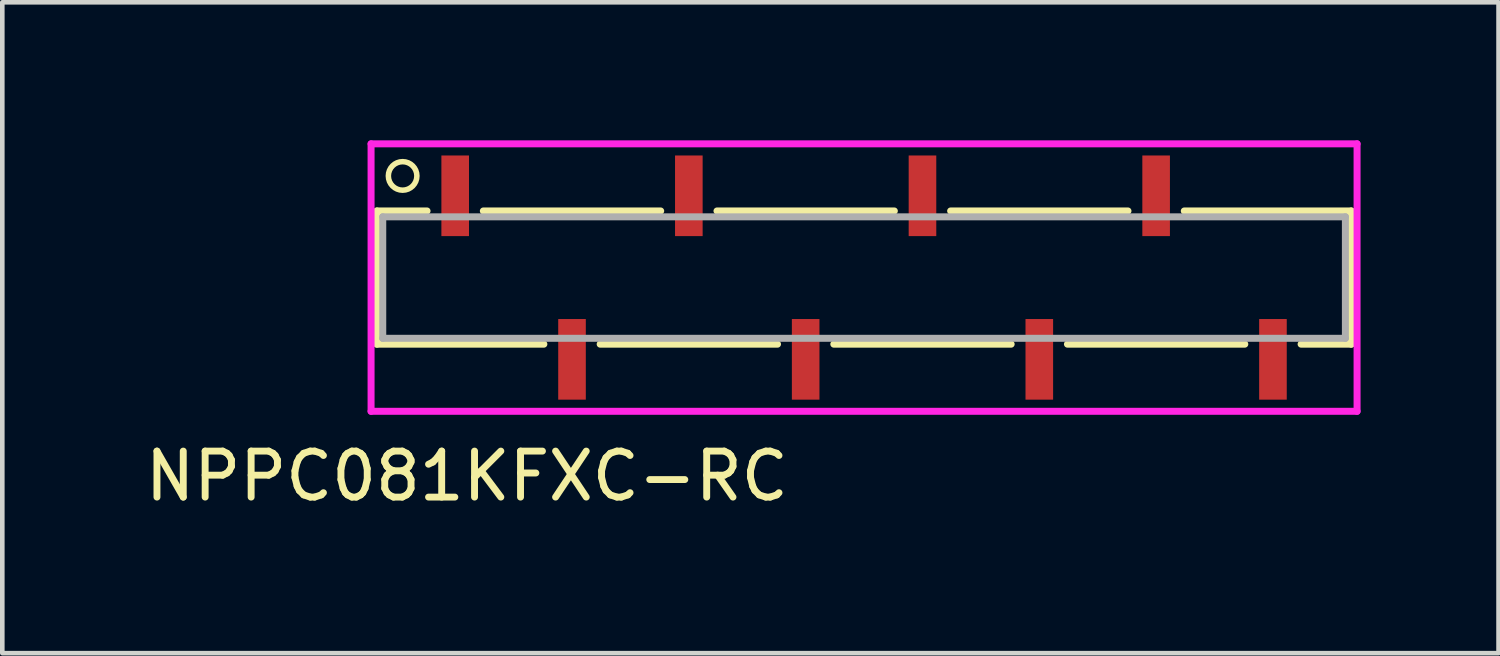
<source format=kicad_pcb>
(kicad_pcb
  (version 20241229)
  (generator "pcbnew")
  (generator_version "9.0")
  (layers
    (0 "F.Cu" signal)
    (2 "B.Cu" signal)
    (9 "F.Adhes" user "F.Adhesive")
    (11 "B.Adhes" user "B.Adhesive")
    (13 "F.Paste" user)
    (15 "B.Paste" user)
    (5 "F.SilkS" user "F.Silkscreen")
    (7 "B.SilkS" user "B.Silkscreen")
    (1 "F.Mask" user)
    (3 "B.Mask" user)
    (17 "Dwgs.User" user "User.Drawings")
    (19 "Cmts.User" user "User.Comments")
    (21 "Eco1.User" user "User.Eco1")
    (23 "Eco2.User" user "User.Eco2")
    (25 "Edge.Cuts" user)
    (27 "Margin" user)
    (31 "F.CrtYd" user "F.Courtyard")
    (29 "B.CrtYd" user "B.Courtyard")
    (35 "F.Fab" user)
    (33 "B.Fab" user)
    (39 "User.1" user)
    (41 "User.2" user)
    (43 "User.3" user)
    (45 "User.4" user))
  (footprint "NPPC081KFXC-RC"
    (layer "F.Cu")
    (at 15.737 2.985)
    (property "Reference" "NPPC081KFXC-RC" (at -8.636 4.318 0) (layer "F.SilkS") (effects (font (size 1 1) (thickness 0.15))))
    (attr smd)
    (fp_line (start -10.592 -1.448) (end -10.592 1.448) (stroke (width 0.152) (type solid)) (layer "F.SilkS"))
    (fp_line (start -10.592 1.448) (end -6.962 1.448) (stroke (width 0.152) (type solid)) (layer "F.SilkS"))
    (fp_line (start -9.502 -1.448) (end -10.592 -1.448) (stroke (width 0.152) (type solid)) (layer "F.SilkS"))
    (fp_line (start -5.738 1.448) (end -1.882 1.448) (stroke (width 0.152) (type solid)) (layer "F.SilkS"))
    (fp_line (start -4.422 -1.448) (end -8.278 -1.448) (stroke (width 0.152) (type solid)) (layer "F.SilkS"))
    (fp_line (start -0.658 1.448) (end 3.198 1.448) (stroke (width 0.152) (type solid)) (layer "F.SilkS"))
    (fp_line (start 0.658 -1.448) (end -3.198 -1.448) (stroke (width 0.152) (type solid)) (layer "F.SilkS"))
    (fp_line (start 4.422 1.448) (end 8.278 1.448) (stroke (width 0.152) (type solid)) (layer "F.SilkS"))
    (fp_line (start 5.738 -1.448) (end 1.882 -1.448) (stroke (width 0.152) (type solid)) (layer "F.SilkS"))
    (fp_line (start 9.502 1.448) (end 10.592 1.448) (stroke (width 0.152) (type solid)) (layer "F.SilkS"))
    (fp_line (start 10.592 -1.448) (end 6.962 -1.448) (stroke (width 0.152) (type solid)) (layer "F.SilkS"))
    (fp_line (start 10.592 1.448) (end 10.592 -1.448) (stroke (width 0.152) (type solid)) (layer "F.SilkS"))
    (fp_circle (center -10.033 -2.21) (end -9.779 -2.032) (stroke (width 0.12) (type solid)) (fill no) (layer "F.SilkS"))
    (fp_line (start -10.719 -2.908) (end -10.719 2.908) (stroke (width 0.152) (type solid)) (layer "F.CrtYd"))
    (fp_line (start -10.719 2.908) (end 10.719 2.908) (stroke (width 0.152) (type solid)) (layer "F.CrtYd"))
    (fp_line (start 10.719 -2.908) (end -10.719 -2.908) (stroke (width 0.152) (type solid)) (layer "F.CrtYd"))
    (fp_line (start 10.719 2.908) (end 10.719 -2.908) (stroke (width 0.152) (type solid)) (layer "F.CrtYd"))
    (fp_line (start -10.465 -1.321) (end -10.465 1.321) (stroke (width 0.152) (type solid)) (layer "F.Fab"))
    (fp_line (start -10.465 1.321) (end 10.465 1.321) (stroke (width 0.152) (type solid)) (layer "F.Fab"))
    (fp_line (start 10.465 -1.321) (end -10.465 -1.321) (stroke (width 0.152) (type solid)) (layer "F.Fab"))
    (fp_line (start 10.465 1.321) (end 10.465 -1.321) (stroke (width 0.152) (type solid)) (layer "F.Fab"))
    (pad "1" smd rect (at -8.89 -1.778) (size 0.6 1.753) (layers "F.Cu" "F.Mask" "F.Paste"))
    (pad "2" smd rect (at -6.35 1.778) (size 0.6 1.753) (layers "F.Cu" "F.Mask" "F.Paste"))
    (pad "3" smd rect (at -3.81 -1.778) (size 0.6 1.753) (layers "F.Cu" "F.Mask" "F.Paste"))
    (pad "4" smd rect (at -1.27 1.778) (size 0.6 1.753) (layers "F.Cu" "F.Mask" "F.Paste"))
    (pad "5" smd rect (at 1.27 -1.778) (size 0.6 1.753) (layers "F.Cu" "F.Mask" "F.Paste"))
    (pad "6" smd rect (at 3.81 1.778) (size 0.6 1.753) (layers "F.Cu" "F.Mask" "F.Paste"))
    (pad "7" smd rect (at 6.35 -1.778) (size 0.6 1.753) (layers "F.Cu" "F.Mask" "F.Paste"))
    (pad "8" smd rect (at 8.89 1.778) (size 0.6 1.753) (layers "F.Cu" "F.Mask" "F.Paste")))
  (gr_rect
    (start -3 -3)
    (end 29.532 11.151)
    (stroke (width 0.1) (type default))
    (fill no)
    (layer "Edge.Cuts")))
</source>
